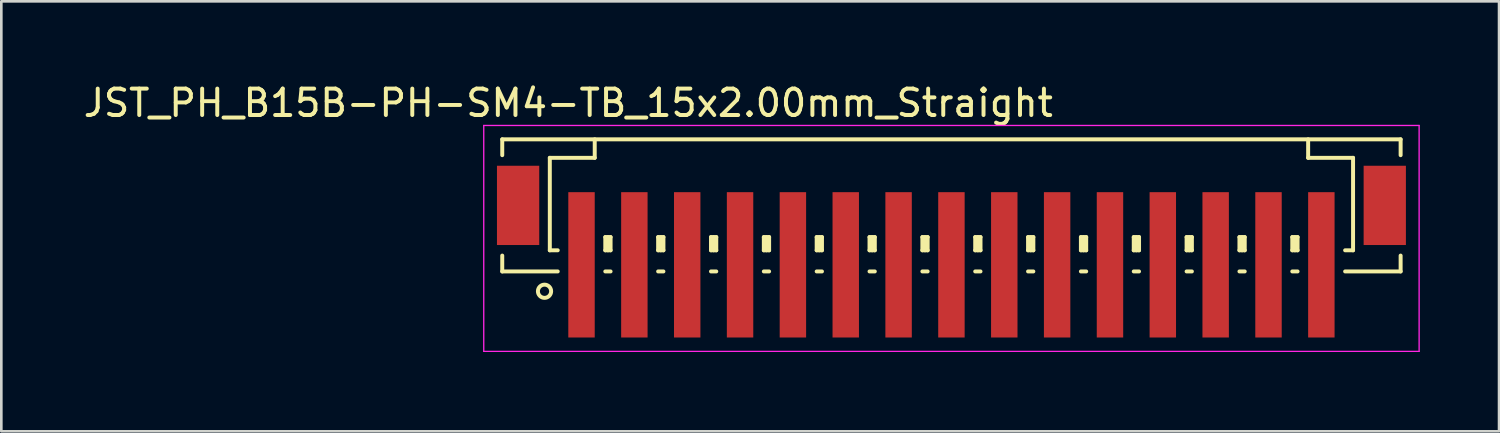
<source format=kicad_pcb>
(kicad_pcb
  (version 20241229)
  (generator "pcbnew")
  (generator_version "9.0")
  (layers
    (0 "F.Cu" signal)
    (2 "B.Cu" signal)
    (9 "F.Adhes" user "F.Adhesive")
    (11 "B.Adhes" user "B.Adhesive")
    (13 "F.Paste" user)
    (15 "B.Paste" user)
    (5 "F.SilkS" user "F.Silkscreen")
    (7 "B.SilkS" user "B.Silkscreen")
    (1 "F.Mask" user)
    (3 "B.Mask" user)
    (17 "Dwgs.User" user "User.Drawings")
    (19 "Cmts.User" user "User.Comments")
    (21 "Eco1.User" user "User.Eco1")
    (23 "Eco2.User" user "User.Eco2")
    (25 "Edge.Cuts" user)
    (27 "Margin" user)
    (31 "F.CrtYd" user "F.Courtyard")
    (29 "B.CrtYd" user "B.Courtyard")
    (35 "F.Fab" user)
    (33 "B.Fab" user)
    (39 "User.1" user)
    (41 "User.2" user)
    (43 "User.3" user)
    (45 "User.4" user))
  (footprint "JST_PH_B15B-PH-SM4-TB_15x2.00mm_Straight"
    (layer "F.Cu")
    (at 32.958 5.848)
    (property "Reference" "JST_PH_B15B-PH-SM4-TB_15x2.00mm_Straight" (at -14.5 -5 0) (layer "F.SilkS") (effects (font (size 1 1) (thickness 0.15))))
    (attr smd)
    (fp_line (start -17 -3.625) (end 17 -3.625) (stroke (width 0.15) (type solid)) (layer "F.SilkS"))
    (fp_line (start -17 -3.025) (end -17 -3.625) (stroke (width 0.15) (type solid)) (layer "F.SilkS"))
    (fp_line (start -17 0.775) (end -17 1.375) (stroke (width 0.15) (type solid)) (layer "F.SilkS"))
    (fp_line (start -17 1.375) (end -14.9 1.375) (stroke (width 0.15) (type solid)) (layer "F.SilkS"))
    (fp_line (start -15.2 -2.925) (end -15.2 0.575) (stroke (width 0.15) (type solid)) (layer "F.SilkS"))
    (fp_line (start -15.2 0.575) (end -14.9 0.575) (stroke (width 0.15) (type solid)) (layer "F.SilkS"))
    (fp_line (start -13.5 -3.625) (end -13.5 -2.925) (stroke (width 0.15) (type solid)) (layer "F.SilkS"))
    (fp_line (start -13.5 -2.925) (end -15.2 -2.925) (stroke (width 0.15) (type solid)) (layer "F.SilkS"))
    (fp_line (start -13.1 0.075) (end -12.9 0.075) (stroke (width 0.15) (type solid)) (layer "F.SilkS"))
    (fp_line (start -13.1 0.575) (end -13.1 0.075) (stroke (width 0.15) (type solid)) (layer "F.SilkS"))
    (fp_line (start -13.1 0.575) (end -12.9 0.575) (stroke (width 0.15) (type solid)) (layer "F.SilkS"))
    (fp_line (start -13.1 1.375) (end -12.9 1.375) (stroke (width 0.15) (type solid)) (layer "F.SilkS"))
    (fp_line (start -13 0.575) (end -13 0.075) (stroke (width 0.15) (type solid)) (layer "F.SilkS"))
    (fp_line (start -12.9 0.075) (end -12.9 0.575) (stroke (width 0.15) (type solid)) (layer "F.SilkS"))
    (fp_line (start -11.1 0.075) (end -10.9 0.075) (stroke (width 0.15) (type solid)) (layer "F.SilkS"))
    (fp_line (start -11.1 0.575) (end -11.1 0.075) (stroke (width 0.15) (type solid)) (layer "F.SilkS"))
    (fp_line (start -11.1 0.575) (end -10.9 0.575) (stroke (width 0.15) (type solid)) (layer "F.SilkS"))
    (fp_line (start -11.1 1.375) (end -10.9 1.375) (stroke (width 0.15) (type solid)) (layer "F.SilkS"))
    (fp_line (start -11 0.575) (end -11 0.075) (stroke (width 0.15) (type solid)) (layer "F.SilkS"))
    (fp_line (start -10.9 0.075) (end -10.9 0.575) (stroke (width 0.15) (type solid)) (layer "F.SilkS"))
    (fp_line (start -9.1 0.075) (end -8.9 0.075) (stroke (width 0.15) (type solid)) (layer "F.SilkS"))
    (fp_line (start -9.1 0.575) (end -9.1 0.075) (stroke (width 0.15) (type solid)) (layer "F.SilkS"))
    (fp_line (start -9.1 0.575) (end -8.9 0.575) (stroke (width 0.15) (type solid)) (layer "F.SilkS"))
    (fp_line (start -9.1 1.375) (end -8.9 1.375) (stroke (width 0.15) (type solid)) (layer "F.SilkS"))
    (fp_line (start -9 0.575) (end -9 0.075) (stroke (width 0.15) (type solid)) (layer "F.SilkS"))
    (fp_line (start -8.9 0.075) (end -8.9 0.575) (stroke (width 0.15) (type solid)) (layer "F.SilkS"))
    (fp_line (start -7.1 0.075) (end -6.9 0.075) (stroke (width 0.15) (type solid)) (layer "F.SilkS"))
    (fp_line (start -7.1 0.575) (end -7.1 0.075) (stroke (width 0.15) (type solid)) (layer "F.SilkS"))
    (fp_line (start -7.1 0.575) (end -6.9 0.575) (stroke (width 0.15) (type solid)) (layer "F.SilkS"))
    (fp_line (start -7.1 1.375) (end -6.9 1.375) (stroke (width 0.15) (type solid)) (layer "F.SilkS"))
    (fp_line (start -7 0.575) (end -7 0.075) (stroke (width 0.15) (type solid)) (layer "F.SilkS"))
    (fp_line (start -6.9 0.075) (end -6.9 0.575) (stroke (width 0.15) (type solid)) (layer "F.SilkS"))
    (fp_line (start -5.1 0.075) (end -4.9 0.075) (stroke (width 0.15) (type solid)) (layer "F.SilkS"))
    (fp_line (start -5.1 0.575) (end -5.1 0.075) (stroke (width 0.15) (type solid)) (layer "F.SilkS"))
    (fp_line (start -5.1 0.575) (end -4.9 0.575) (stroke (width 0.15) (type solid)) (layer "F.SilkS"))
    (fp_line (start -5.1 1.375) (end -4.9 1.375) (stroke (width 0.15) (type solid)) (layer "F.SilkS"))
    (fp_line (start -5 0.575) (end -5 0.075) (stroke (width 0.15) (type solid)) (layer "F.SilkS"))
    (fp_line (start -4.9 0.075) (end -4.9 0.575) (stroke (width 0.15) (type solid)) (layer "F.SilkS"))
    (fp_line (start -3.1 0.075) (end -2.9 0.075) (stroke (width 0.15) (type solid)) (layer "F.SilkS"))
    (fp_line (start -3.1 0.575) (end -3.1 0.075) (stroke (width 0.15) (type solid)) (layer "F.SilkS"))
    (fp_line (start -3.1 0.575) (end -2.9 0.575) (stroke (width 0.15) (type solid)) (layer "F.SilkS"))
    (fp_line (start -3.1 1.375) (end -2.9 1.375) (stroke (width 0.15) (type solid)) (layer "F.SilkS"))
    (fp_line (start -3 0.575) (end -3 0.075) (stroke (width 0.15) (type solid)) (layer "F.SilkS"))
    (fp_line (start -2.9 0.075) (end -2.9 0.575) (stroke (width 0.15) (type solid)) (layer "F.SilkS"))
    (fp_line (start -1.1 0.075) (end -0.9 0.075) (stroke (width 0.15) (type solid)) (layer "F.SilkS"))
    (fp_line (start -1.1 0.575) (end -1.1 0.075) (stroke (width 0.15) (type solid)) (layer "F.SilkS"))
    (fp_line (start -1.1 0.575) (end -0.9 0.575) (stroke (width 0.15) (type solid)) (layer "F.SilkS"))
    (fp_line (start -1.1 1.375) (end -0.9 1.375) (stroke (width 0.15) (type solid)) (layer "F.SilkS"))
    (fp_line (start -1 0.575) (end -1 0.075) (stroke (width 0.15) (type solid)) (layer "F.SilkS"))
    (fp_line (start -0.9 0.075) (end -0.9 0.575) (stroke (width 0.15) (type solid)) (layer "F.SilkS"))
    (fp_line (start 0.9 0.075) (end 1.1 0.075) (stroke (width 0.15) (type solid)) (layer "F.SilkS"))
    (fp_line (start 0.9 0.575) (end 0.9 0.075) (stroke (width 0.15) (type solid)) (layer "F.SilkS"))
    (fp_line (start 0.9 0.575) (end 1.1 0.575) (stroke (width 0.15) (type solid)) (layer "F.SilkS"))
    (fp_line (start 0.9 1.375) (end 1.1 1.375) (stroke (width 0.15) (type solid)) (layer "F.SilkS"))
    (fp_line (start 1 0.575) (end 1 0.075) (stroke (width 0.15) (type solid)) (layer "F.SilkS"))
    (fp_line (start 1.1 0.075) (end 1.1 0.575) (stroke (width 0.15) (type solid)) (layer "F.SilkS"))
    (fp_line (start 2.9 0.075) (end 3.1 0.075) (stroke (width 0.15) (type solid)) (layer "F.SilkS"))
    (fp_line (start 2.9 0.575) (end 2.9 0.075) (stroke (width 0.15) (type solid)) (layer "F.SilkS"))
    (fp_line (start 2.9 0.575) (end 3.1 0.575) (stroke (width 0.15) (type solid)) (layer "F.SilkS"))
    (fp_line (start 2.9 1.375) (end 3.1 1.375) (stroke (width 0.15) (type solid)) (layer "F.SilkS"))
    (fp_line (start 3 0.575) (end 3 0.075) (stroke (width 0.15) (type solid)) (layer "F.SilkS"))
    (fp_line (start 3.1 0.075) (end 3.1 0.575) (stroke (width 0.15) (type solid)) (layer "F.SilkS"))
    (fp_line (start 4.9 0.075) (end 5.1 0.075) (stroke (width 0.15) (type solid)) (layer "F.SilkS"))
    (fp_line (start 4.9 0.575) (end 4.9 0.075) (stroke (width 0.15) (type solid)) (layer "F.SilkS"))
    (fp_line (start 4.9 0.575) (end 5.1 0.575) (stroke (width 0.15) (type solid)) (layer "F.SilkS"))
    (fp_line (start 4.9 1.375) (end 5.1 1.375) (stroke (width 0.15) (type solid)) (layer "F.SilkS"))
    (fp_line (start 5 0.575) (end 5 0.075) (stroke (width 0.15) (type solid)) (layer "F.SilkS"))
    (fp_line (start 5.1 0.075) (end 5.1 0.575) (stroke (width 0.15) (type solid)) (layer "F.SilkS"))
    (fp_line (start 6.9 0.075) (end 7.1 0.075) (stroke (width 0.15) (type solid)) (layer "F.SilkS"))
    (fp_line (start 6.9 0.575) (end 6.9 0.075) (stroke (width 0.15) (type solid)) (layer "F.SilkS"))
    (fp_line (start 6.9 0.575) (end 7.1 0.575) (stroke (width 0.15) (type solid)) (layer "F.SilkS"))
    (fp_line (start 6.9 1.375) (end 7.1 1.375) (stroke (width 0.15) (type solid)) (layer "F.SilkS"))
    (fp_line (start 7 0.575) (end 7 0.075) (stroke (width 0.15) (type solid)) (layer "F.SilkS"))
    (fp_line (start 7.1 0.075) (end 7.1 0.575) (stroke (width 0.15) (type solid)) (layer "F.SilkS"))
    (fp_line (start 8.9 0.075) (end 9.1 0.075) (stroke (width 0.15) (type solid)) (layer "F.SilkS"))
    (fp_line (start 8.9 0.575) (end 8.9 0.075) (stroke (width 0.15) (type solid)) (layer "F.SilkS"))
    (fp_line (start 8.9 0.575) (end 9.1 0.575) (stroke (width 0.15) (type solid)) (layer "F.SilkS"))
    (fp_line (start 8.9 1.375) (end 9.1 1.375) (stroke (width 0.15) (type solid)) (layer "F.SilkS"))
    (fp_line (start 9 0.575) (end 9 0.075) (stroke (width 0.15) (type solid)) (layer "F.SilkS"))
    (fp_line (start 9.1 0.075) (end 9.1 0.575) (stroke (width 0.15) (type solid)) (layer "F.SilkS"))
    (fp_line (start 10.9 0.075) (end 11.1 0.075) (stroke (width 0.15) (type solid)) (layer "F.SilkS"))
    (fp_line (start 10.9 0.575) (end 10.9 0.075) (stroke (width 0.15) (type solid)) (layer "F.SilkS"))
    (fp_line (start 10.9 0.575) (end 11.1 0.575) (stroke (width 0.15) (type solid)) (layer "F.SilkS"))
    (fp_line (start 10.9 1.375) (end 11.1 1.375) (stroke (width 0.15) (type solid)) (layer "F.SilkS"))
    (fp_line (start 11 0.575) (end 11 0.075) (stroke (width 0.15) (type solid)) (layer "F.SilkS"))
    (fp_line (start 11.1 0.075) (end 11.1 0.575) (stroke (width 0.15) (type solid)) (layer "F.SilkS"))
    (fp_line (start 12.9 0.075) (end 13.1 0.075) (stroke (width 0.15) (type solid)) (layer "F.SilkS"))
    (fp_line (start 12.9 0.575) (end 12.9 0.075) (stroke (width 0.15) (type solid)) (layer "F.SilkS"))
    (fp_line (start 12.9 0.575) (end 13.1 0.575) (stroke (width 0.15) (type solid)) (layer "F.SilkS"))
    (fp_line (start 12.9 1.375) (end 13.1 1.375) (stroke (width 0.15) (type solid)) (layer "F.SilkS"))
    (fp_line (start 13 0.575) (end 13 0.075) (stroke (width 0.15) (type solid)) (layer "F.SilkS"))
    (fp_line (start 13.1 0.075) (end 13.1 0.575) (stroke (width 0.15) (type solid)) (layer "F.SilkS"))
    (fp_line (start 13.5 -3.625) (end 13.5 -2.925) (stroke (width 0.15) (type solid)) (layer "F.SilkS"))
    (fp_line (start 13.5 -2.925) (end 15.2 -2.925) (stroke (width 0.15) (type solid)) (layer "F.SilkS"))
    (fp_line (start 15.2 -2.925) (end 15.2 0.575) (stroke (width 0.15) (type solid)) (layer "F.SilkS"))
    (fp_line (start 15.2 0.575) (end 14.9 0.575) (stroke (width 0.15) (type solid)) (layer "F.SilkS"))
    (fp_line (start 17 -3.625) (end 17 -3.025) (stroke (width 0.15) (type solid)) (layer "F.SilkS"))
    (fp_line (start 17 0.775) (end 17 1.375) (stroke (width 0.15) (type solid)) (layer "F.SilkS"))
    (fp_line (start 17 1.375) (end 14.9 1.375) (stroke (width 0.15) (type solid)) (layer "F.SilkS"))
    (fp_circle (center -15.4 2.125) (end -15.15 2.125) (stroke (width 0.15) (type solid)) (fill no) (layer "F.SilkS"))
    (fp_line (start -17.7 -4.15) (end 17.7 -4.15) (stroke (width 0.05) (type solid)) (layer "F.CrtYd"))
    (fp_line (start -17.7 4.4) (end -17.7 -4.15) (stroke (width 0.05) (type solid)) (layer "F.CrtYd"))
    (fp_line (start 17.7 -4.15) (end 17.7 4.4) (stroke (width 0.05) (type solid)) (layer "F.CrtYd"))
    (fp_line (start 17.7 4.4) (end -17.7 4.4) (stroke (width 0.05) (type solid)) (layer "F.CrtYd"))
    (pad "" smd rect (at -16.4 -1.125) (size 1.6 3) (layers "F.Cu" "F.Mask" "F.Paste"))
    (pad "" smd rect (at 16.4 -1.125) (size 1.6 3) (layers "F.Cu" "F.Mask" "F.Paste"))
    (pad "1" smd rect (at -14 1.125) (size 1 5.5) (layers "F.Cu" "F.Mask" "F.Paste"))
    (pad "2" smd rect (at -12 1.125) (size 1 5.5) (layers "F.Cu" "F.Mask" "F.Paste"))
    (pad "3" smd rect (at -10 1.125) (size 1 5.5) (layers "F.Cu" "F.Mask" "F.Paste"))
    (pad "4" smd rect (at -8 1.125) (size 1 5.5) (layers "F.Cu" "F.Mask" "F.Paste"))
    (pad "5" smd rect (at -6 1.125) (size 1 5.5) (layers "F.Cu" "F.Mask" "F.Paste"))
    (pad "6" smd rect (at -4 1.125) (size 1 5.5) (layers "F.Cu" "F.Mask" "F.Paste"))
    (pad "7" smd rect (at -2 1.125) (size 1 5.5) (layers "F.Cu" "F.Mask" "F.Paste"))
    (pad "8" smd rect (at 0 1.125) (size 1 5.5) (layers "F.Cu" "F.Mask" "F.Paste"))
    (pad "9" smd rect (at 2 1.125) (size 1 5.5) (layers "F.Cu" "F.Mask" "F.Paste"))
    (pad "10" smd rect (at 4 1.125) (size 1 5.5) (layers "F.Cu" "F.Mask" "F.Paste"))
    (pad "11" smd rect (at 6 1.125) (size 1 5.5) (layers "F.Cu" "F.Mask" "F.Paste"))
    (pad "12" smd rect (at 8 1.125) (size 1 5.5) (layers "F.Cu" "F.Mask" "F.Paste"))
    (pad "13" smd rect (at 10 1.125) (size 1 5.5) (layers "F.Cu" "F.Mask" "F.Paste"))
    (pad "14" smd rect (at 12 1.125) (size 1 5.5) (layers "F.Cu" "F.Mask" "F.Paste"))
    (pad "15" smd rect (at 14 1.125) (size 1 5.5) (layers "F.Cu" "F.Mask" "F.Paste")))
  (gr_rect
    (start -3 -3)
    (end 53.683 13.273)
    (stroke (width 0.1) (type default))
    (fill no)
    (layer "Edge.Cuts")))
</source>
